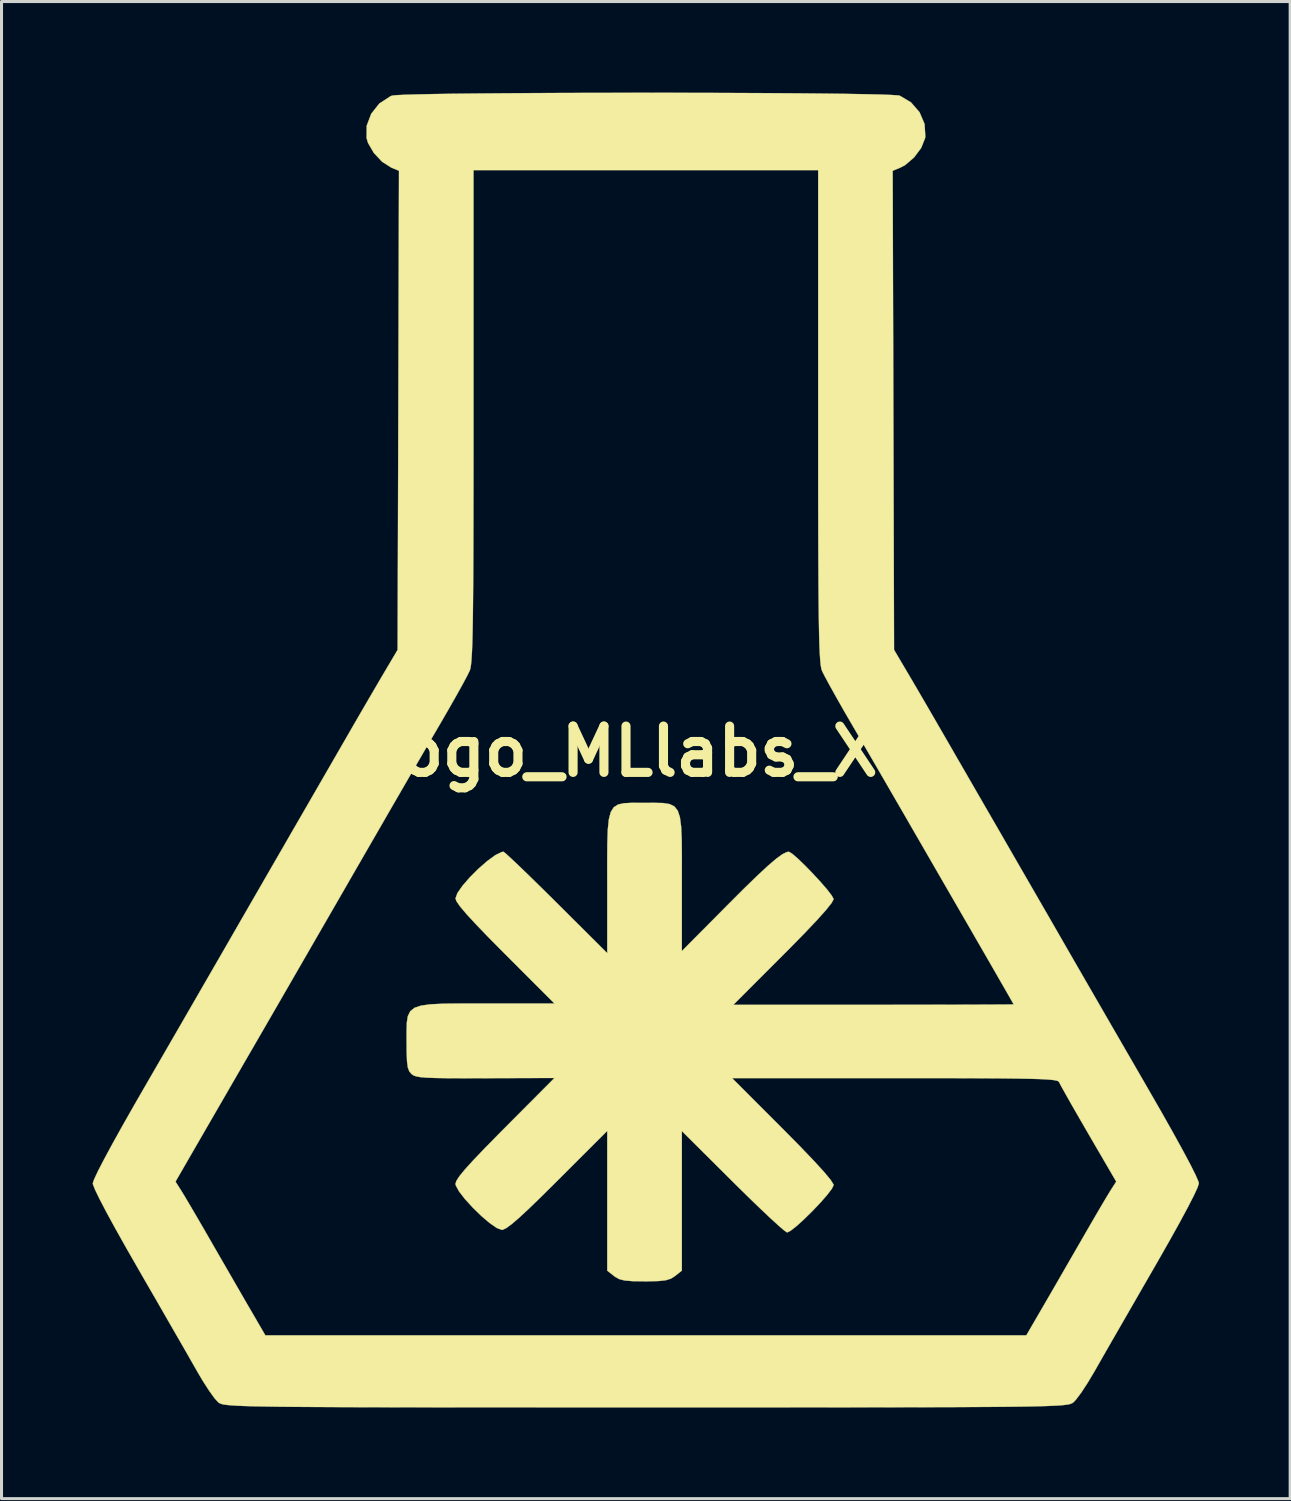
<source format=kicad_pcb>
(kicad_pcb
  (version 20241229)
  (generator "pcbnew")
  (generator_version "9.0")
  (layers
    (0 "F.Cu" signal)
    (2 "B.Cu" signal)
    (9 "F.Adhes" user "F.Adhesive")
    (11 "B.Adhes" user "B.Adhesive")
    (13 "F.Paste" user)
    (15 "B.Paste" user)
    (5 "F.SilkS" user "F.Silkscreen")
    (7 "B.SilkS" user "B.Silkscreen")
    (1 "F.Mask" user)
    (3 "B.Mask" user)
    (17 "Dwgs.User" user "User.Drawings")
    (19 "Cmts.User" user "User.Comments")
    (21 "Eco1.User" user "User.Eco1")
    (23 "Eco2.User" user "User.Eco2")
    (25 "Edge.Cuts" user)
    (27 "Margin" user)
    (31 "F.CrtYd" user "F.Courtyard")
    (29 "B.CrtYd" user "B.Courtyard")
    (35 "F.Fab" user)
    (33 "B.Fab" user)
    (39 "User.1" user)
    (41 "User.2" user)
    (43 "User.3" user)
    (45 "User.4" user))
  (footprint "logo_MLlabs_XL"
    (layer "F.Cu")
    (at 18.208 21.684)
    (property "Reference" "logo_MLlabs_XL" (at 0 0 0) (layer "F.SilkS") (effects (font (size 1.524 1.524) (thickness 0.3))))
    (attr through_hole)
    (fp_poly (pts (xy 1.248 -21.678) (xy 2.267 -21.676) (xy 3.255 -21.672) (xy 4.198 -21.667) (xy 5.08 -21.661) (xy 5.887 -21.653) (xy 6.605 -21.644) (xy 7.22 -21.633) (xy 7.717 -21.622) (xy 8.082 -21.608) (xy 8.301 -21.594) (xy 8.355 -21.585) (xy 8.728 -21.364) (xy 9.009 -21.04) (xy 9.175 -20.652) (xy 9.199 -20.241) (xy 9.191 -20.186) (xy 9.063 -19.865) (xy 8.827 -19.55) (xy 8.534 -19.3) (xy 8.381 -19.219) (xy 8.125 -19.113) (xy 8.17 -3.344) (xy 8.67 -2.498) (xy 8.886 -2.13) (xy 9.158 -1.663) (xy 9.461 -1.141) (xy 9.767 -0.612) (xy 9.95 -0.296) (xy 10.245 0.217) (xy 10.597 0.825) (xy 10.974 1.479) (xy 11.348 2.126) (xy 11.685 2.709) (xy 12.014 3.28) (xy 12.4 3.949) (xy 12.816 4.669) (xy 13.232 5.39) (xy 13.621 6.066) (xy 13.76 6.308) (xy 14.075 6.855) (xy 14.456 7.515) (xy 14.883 8.254) (xy 15.336 9.039) (xy 15.797 9.836) (xy 16.246 10.612) (xy 16.542 11.125) (xy 16.976 11.879) (xy 17.353 12.548) (xy 17.668 13.12) (xy 17.916 13.584) (xy 18.09 13.931) (xy 18.186 14.15) (xy 18.203 14.218) (xy 18.16 14.353) (xy 18.036 14.621) (xy 17.836 15.011) (xy 17.568 15.509) (xy 17.236 16.105) (xy 16.848 16.787) (xy 16.713 17.021) (xy 16.341 17.666) (xy 15.975 18.302) (xy 15.628 18.904) (xy 15.314 19.449) (xy 15.049 19.912) (xy 14.845 20.269) (xy 14.753 20.43) (xy 14.542 20.783) (xy 14.338 21.095) (xy 14.167 21.325) (xy 14.073 21.425) (xy 14.043 21.446) (xy 14.004 21.466) (xy 13.95 21.483) (xy 13.872 21.499) (xy 13.762 21.513) (xy 13.613 21.526) (xy 13.417 21.537) (xy 13.166 21.547) (xy 12.853 21.555) (xy 12.469 21.563) (xy 12.007 21.569) (xy 11.46 21.574) (xy 10.819 21.578) (xy 10.076 21.582) (xy 9.224 21.584) (xy 8.256 21.586) (xy 7.163 21.588) (xy 5.937 21.589) (xy 4.572 21.59) (xy 3.058 21.59) (xy 1.389 21.59) (xy 0 21.59) (xy -1.794 21.59) (xy -3.426 21.59) (xy -4.904 21.589) (xy -6.236 21.589) (xy -7.43 21.588) (xy -8.493 21.586) (xy -9.434 21.584) (xy -10.259 21.581) (xy -10.977 21.577) (xy -11.596 21.573) (xy -12.123 21.568) (xy -12.566 21.561) (xy -12.932 21.554) (xy -13.23 21.545) (xy -13.468 21.535) (xy -13.652 21.523) (xy -13.791 21.51) (xy -13.893 21.496) (xy -13.964 21.479) (xy -14.014 21.461) (xy -14.05 21.441) (xy -14.073 21.425) (xy -14.2 21.285) (xy -14.38 21.033) (xy -14.588 20.71) (xy -14.753 20.43) (xy -14.91 20.155) (xy -15.137 19.757) (xy -15.422 19.262) (xy -15.749 18.694) (xy -16.104 18.076) (xy -16.475 17.435) (xy -16.713 17.021) (xy -17.118 16.314) (xy -17.468 15.69) (xy -17.758 15.159) (xy -17.98 14.733) (xy -18.129 14.425) (xy -18.199 14.246) (xy -18.203 14.218) (xy -18.185 14.16) (xy -15.482 14.16) (xy -15.287 14.467) (xy -15.183 14.637) (xy -15.013 14.925) (xy -14.792 15.301) (xy -14.538 15.737) (xy -14.269 16.205) (xy -14.264 16.214) (xy -13.969 16.726) (xy -13.666 17.25) (xy -13.38 17.746) (xy -13.135 18.17) (xy -12.98 18.436) (xy -12.525 19.219) (xy 12.525 19.219) (xy 12.98 18.436) (xy 13.174 18.102) (xy 13.429 17.662) (xy 13.719 17.159) (xy 14.022 16.633) (xy 14.264 16.214) (xy 14.534 15.746) (xy 14.788 15.308) (xy 15.009 14.93) (xy 15.181 14.641) (xy 15.286 14.468) (xy 15.287 14.467) (xy 15.484 14.159) (xy 14.567 12.585) (xy 14.294 12.113) (xy 14.048 11.686) (xy 13.844 11.326) (xy 13.694 11.058) (xy 13.612 10.904) (xy 13.601 10.882) (xy 13.576 10.855) (xy 13.514 10.833) (xy 13.403 10.814) (xy 13.231 10.798) (xy 12.986 10.785) (xy 12.657 10.775) (xy 12.23 10.767) (xy 11.694 10.761) (xy 11.038 10.757) (xy 10.248 10.754) (xy 9.314 10.753) (xy 8.222 10.753) (xy 2.838 10.753) (xy 4.509 12.426) (xy 5.075 12.998) (xy 5.527 13.471) (xy 5.864 13.839) (xy 6.081 14.1) (xy 6.176 14.252) (xy 6.181 14.273) (xy 6.122 14.396) (xy 5.966 14.6) (xy 5.743 14.855) (xy 5.481 15.13) (xy 5.211 15.396) (xy 4.963 15.622) (xy 4.765 15.777) (xy 4.651 15.833) (xy 4.564 15.775) (xy 4.374 15.612) (xy 4.098 15.36) (xy 3.752 15.033) (xy 3.353 14.647) (xy 2.916 14.217) (xy 2.862 14.163) (xy 1.185 12.494) (xy 1.185 17.09) (xy 0.962 17.266) (xy 0.828 17.352) (xy 0.662 17.405) (xy 0.424 17.432) (xy 0.07 17.441) (xy -0.042 17.441) (xy -0.432 17.436) (xy -0.696 17.414) (xy -0.875 17.368) (xy -1.014 17.291) (xy -1.047 17.266) (xy -1.27 17.09) (xy -1.27 12.49) (xy -2.901 14.119) (xy -3.424 14.638) (xy -3.843 15.044) (xy -4.17 15.348) (xy -4.415 15.558) (xy -4.59 15.687) (xy -4.707 15.743) (xy -4.74 15.748) (xy -4.905 15.686) (xy -5.141 15.522) (xy -5.416 15.288) (xy -5.696 15.015) (xy -5.951 14.736) (xy -6.148 14.482) (xy -6.255 14.286) (xy -6.265 14.231) (xy -6.234 14.133) (xy -6.135 13.981) (xy -5.957 13.763) (xy -5.69 13.468) (xy -5.324 13.084) (xy -4.848 12.599) (xy -4.636 12.385) (xy -3.006 10.748) (xy -5.28 10.755) (xy -5.967 10.757) (xy -6.505 10.755) (xy -6.914 10.749) (xy -7.213 10.738) (xy -7.423 10.72) (xy -7.563 10.694) (xy -7.655 10.659) (xy -7.713 10.618) (xy -7.786 10.531) (xy -7.833 10.405) (xy -7.86 10.205) (xy -7.872 9.897) (xy -7.874 9.56) (xy -7.875 9.208) (xy -7.867 8.928) (xy -7.833 8.712) (xy -7.754 8.552) (xy -7.614 8.439) (xy -7.396 8.366) (xy -7.081 8.323) (xy -6.653 8.303) (xy -6.094 8.297) (xy -5.387 8.297) (xy -5.218 8.297) (xy -3.007 8.297) (xy -4.636 6.667) (xy -5.171 6.127) (xy -5.589 5.693) (xy -5.899 5.357) (xy -6.11 5.108) (xy -6.229 4.937) (xy -6.265 4.839) (xy -6.202 4.663) (xy -6.033 4.42) (xy -5.791 4.142) (xy -5.509 3.861) (xy -5.218 3.607) (xy -4.952 3.413) (xy -4.743 3.311) (xy -4.687 3.302) (xy -4.613 3.359) (xy -4.435 3.522) (xy -4.17 3.773) (xy -3.832 4.099) (xy -3.439 4.484) (xy -3.005 4.913) (xy -2.947 4.971) (xy -1.27 6.641) (xy -1.27 4.363) (xy -1.271 3.62) (xy -1.267 3.029) (xy -1.252 2.573) (xy -1.217 2.234) (xy -1.154 1.995) (xy -1.056 1.839) (xy -0.915 1.748) (xy -0.721 1.705) (xy -0.469 1.692) (xy -0.15 1.693) (xy -0.054 1.693) (xy 0.293 1.692) (xy 0.569 1.699) (xy 0.782 1.733) (xy 0.939 1.81) (xy 1.049 1.948) (xy 1.121 2.165) (xy 1.162 2.478) (xy 1.181 2.905) (xy 1.186 3.463) (xy 1.185 4.169) (xy 1.185 4.317) (xy 1.185 6.572) (xy 2.688 5.058) (xy 3.232 4.514) (xy 3.674 4.085) (xy 4.024 3.76) (xy 4.294 3.53) (xy 4.495 3.384) (xy 4.64 3.313) (xy 4.705 3.302) (xy 4.811 3.362) (xy 4.996 3.521) (xy 5.233 3.749) (xy 5.492 4.015) (xy 5.746 4.29) (xy 5.964 4.542) (xy 6.118 4.742) (xy 6.181 4.858) (xy 6.181 4.861) (xy 6.118 4.983) (xy 5.934 5.215) (xy 5.63 5.555) (xy 5.209 5.999) (xy 4.674 6.544) (xy 4.53 6.688) (xy 2.88 8.34) (xy 7.494 8.34) (xy 8.36 8.339) (xy 9.173 8.339) (xy 9.918 8.338) (xy 10.579 8.336) (xy 11.141 8.334) (xy 11.589 8.332) (xy 11.907 8.33) (xy 12.08 8.327) (xy 12.107 8.325) (xy 12.066 8.251) (xy 11.95 8.047) (xy 11.768 7.73) (xy 11.529 7.315) (xy 11.244 6.819) (xy 10.92 6.258) (xy 10.574 5.658) (xy 10.185 4.985) (xy 9.79 4.302) (xy 9.407 3.639) (xy 9.05 3.021) (xy 8.736 2.478) (xy 8.481 2.035) (xy 8.356 1.82) (xy 8.082 1.347) (xy 7.753 0.778) (xy 7.398 0.167) (xy 7.047 -0.435) (xy 6.797 -0.864) (xy 6.522 -1.338) (xy 6.271 -1.78) (xy 6.057 -2.164) (xy 5.896 -2.461) (xy 5.804 -2.644) (xy 5.797 -2.661) (xy 5.776 -2.73) (xy 5.757 -2.838) (xy 5.741 -2.994) (xy 5.727 -3.209) (xy 5.714 -3.491) (xy 5.704 -3.851) (xy 5.696 -4.3) (xy 5.689 -4.846) (xy 5.683 -5.5) (xy 5.679 -6.271) (xy 5.676 -7.17) (xy 5.674 -8.207) (xy 5.673 -9.391) (xy 5.673 -10.732) (xy 5.673 -11.046) (xy 5.673 -19.135) (xy -5.673 -19.135) (xy -5.673 -11.046) (xy -5.673 -9.67) (xy -5.674 -8.452) (xy -5.676 -7.384) (xy -5.678 -6.456) (xy -5.682 -5.658) (xy -5.688 -4.979) (xy -5.694 -4.41) (xy -5.702 -3.941) (xy -5.712 -3.563) (xy -5.724 -3.264) (xy -5.738 -3.036) (xy -5.753 -2.868) (xy -5.771 -2.75) (xy -5.792 -2.673) (xy -5.797 -2.661) (xy -5.877 -2.497) (xy -6.028 -2.215) (xy -6.235 -1.843) (xy -6.482 -1.408) (xy -6.754 -0.937) (xy -6.797 -0.864) (xy -6.993 -0.529) (xy -7.173 -0.22) (xy -7.346 0.077) (xy -7.52 0.377) (xy -7.704 0.694) (xy -7.906 1.043) (xy -8.135 1.439) (xy -8.399 1.895) (xy -8.706 2.428) (xy -9.066 3.051) (xy -9.486 3.779) (xy -9.974 4.626) (xy -10.456 5.461) (xy -10.852 6.147) (xy -11.272 6.875) (xy -11.695 7.608) (xy -12.1 8.31) (xy -12.467 8.945) (xy -12.775 9.477) (xy -12.827 9.567) (xy -13.177 10.171) (xy -13.565 10.842) (xy -13.961 11.527) (xy -14.333 12.17) (xy -14.633 12.689) (xy -15.482 14.16) (xy -18.185 14.16) (xy -18.16 14.086) (xy -18.035 13.818) (xy -17.833 13.427) (xy -17.56 12.922) (xy -17.222 12.314) (xy -16.823 11.612) (xy -16.542 11.125) (xy -16.114 10.384) (xy -15.66 9.599) (xy -15.199 8.802) (xy -14.752 8.027) (xy -14.337 7.308) (xy -13.973 6.678) (xy -13.76 6.308) (xy -13.389 5.663) (xy -12.98 4.954) (xy -12.561 4.228) (xy -12.16 3.533) (xy -11.805 2.918) (xy -11.685 2.709) (xy -11.343 2.118) (xy -10.969 1.47) (xy -10.592 0.817) (xy -10.241 0.209) (xy -9.95 -0.296) (xy -9.656 -0.806) (xy -9.348 -1.337) (xy -9.053 -1.844) (xy -8.798 -2.28) (xy -8.67 -2.498) (xy -8.17 -3.344) (xy -8.147 -11.229) (xy -8.125 -19.113) (xy -8.381 -19.219) (xy -8.683 -19.412) (xy -8.954 -19.702) (xy -9.143 -20.028) (xy -9.191 -20.186) (xy -9.187 -20.596) (xy -9.039 -20.989) (xy -8.773 -21.325) (xy -8.411 -21.562) (xy -8.355 -21.585) (xy -8.231 -21.6) (xy -7.951 -21.614) (xy -7.531 -21.626) (xy -6.985 -21.638) (xy -6.326 -21.648) (xy -5.57 -21.656) (xy -4.731 -21.663) (xy -3.823 -21.669) (xy -2.861 -21.674) (xy -1.858 -21.677) (xy -0.829 -21.678) (xy 0.211 -21.679) (xy 1.248 -21.678)) (stroke (width 0.01) (type solid)) (fill yes) (layer "F.SilkS")))
  (gr_rect
    (start -3 -3)
    (end 39.417 46.279)
    (stroke (width 0.1) (type default))
    (fill no)
    (layer "Edge.Cuts")))
</source>
